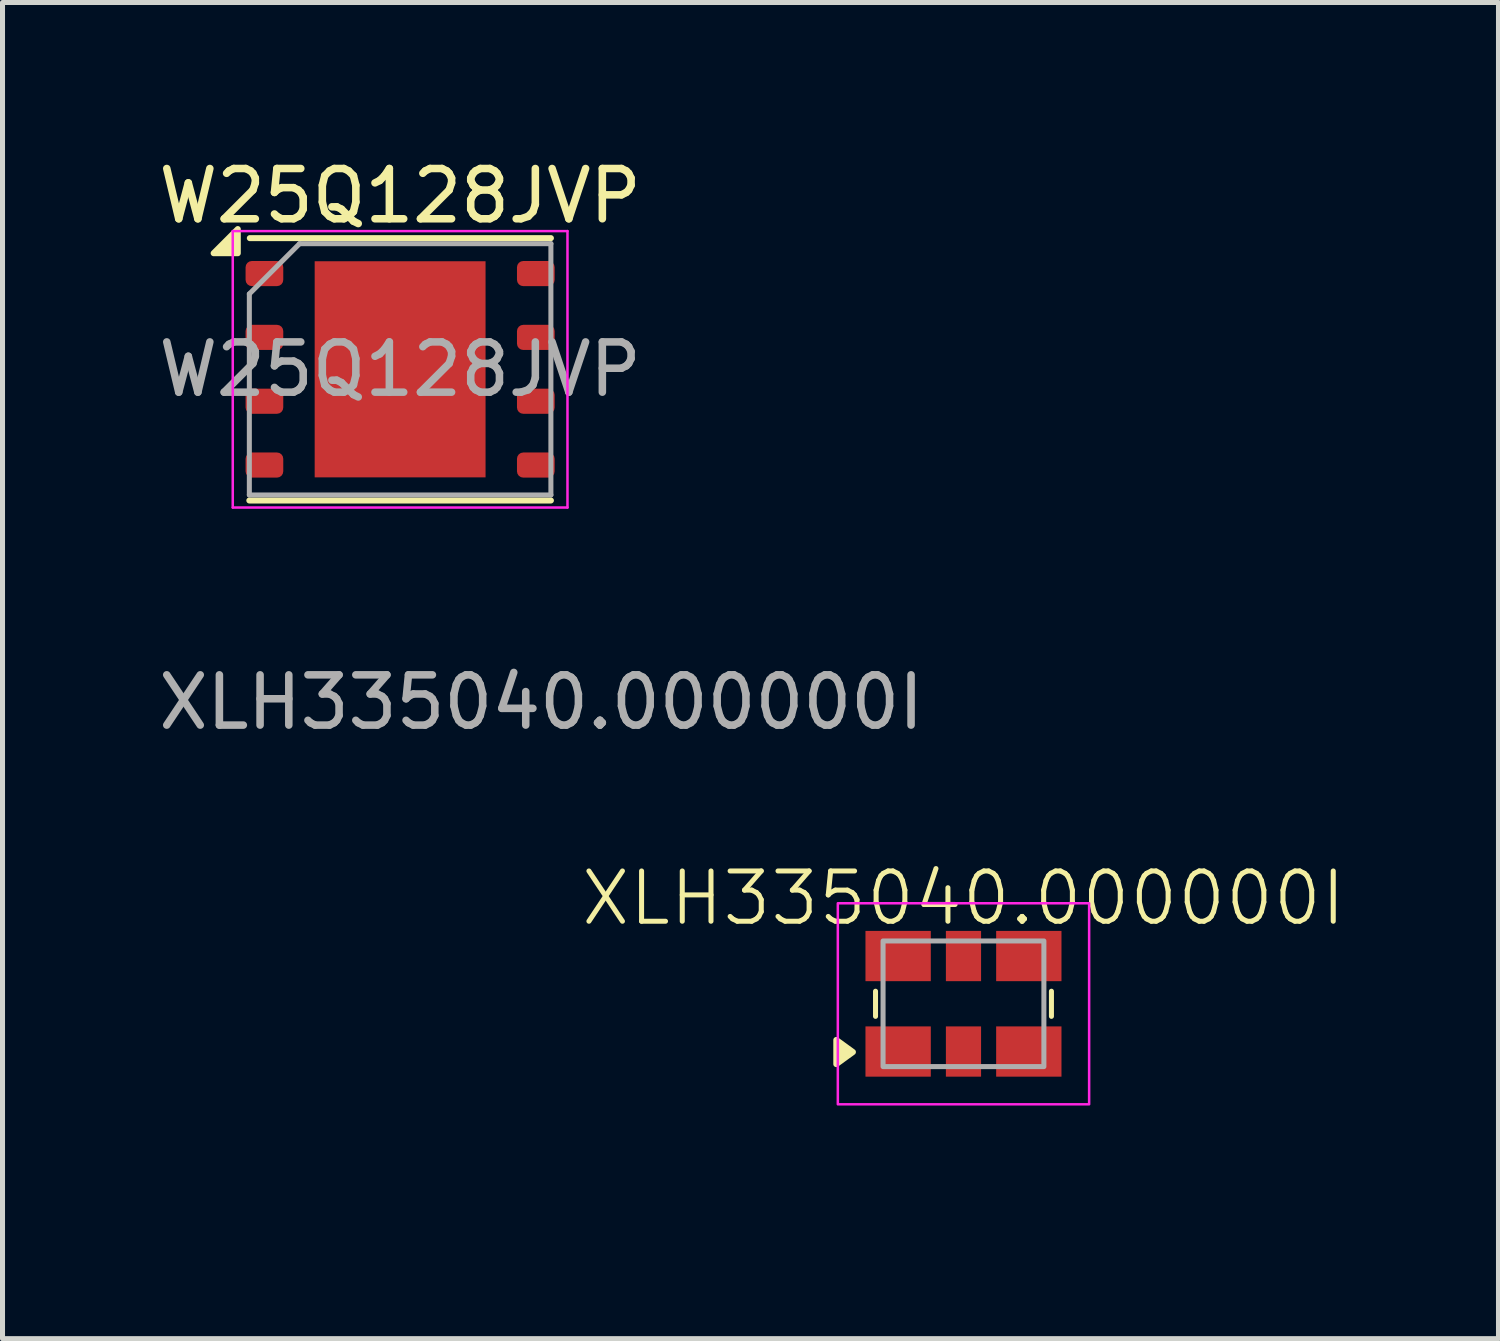
<source format=kicad_pcb>
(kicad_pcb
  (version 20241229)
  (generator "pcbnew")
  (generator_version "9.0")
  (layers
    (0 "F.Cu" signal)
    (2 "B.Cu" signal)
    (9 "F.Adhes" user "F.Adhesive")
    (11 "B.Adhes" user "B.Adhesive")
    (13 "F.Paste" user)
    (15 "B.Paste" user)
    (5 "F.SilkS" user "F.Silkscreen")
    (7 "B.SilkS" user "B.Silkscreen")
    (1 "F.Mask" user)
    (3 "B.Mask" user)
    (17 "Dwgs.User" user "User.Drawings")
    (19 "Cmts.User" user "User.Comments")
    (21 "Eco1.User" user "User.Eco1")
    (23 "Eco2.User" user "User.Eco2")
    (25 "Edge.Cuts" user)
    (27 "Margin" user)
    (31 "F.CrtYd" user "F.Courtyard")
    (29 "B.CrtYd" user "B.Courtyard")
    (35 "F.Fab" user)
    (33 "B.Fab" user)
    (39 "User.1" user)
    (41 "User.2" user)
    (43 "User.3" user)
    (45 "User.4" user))
  (footprint "W25Q128JVP"
    (layer "F.Cu")
    (at 4.911 4.298)
    (property "Reference" "W25Q128JVP" (at 0 -3.45 0) (layer "F.SilkS") (effects (font (size 1 1) (thickness 0.15))))
    (attr smd)
    (fp_line (start -3 2.61) (end 3 2.61) (stroke (width 0.12) (type solid)) (layer "F.SilkS"))
    (fp_line (start -2.99 -2.61) (end 3 -2.61) (stroke (width 0.12) (type solid)) (layer "F.SilkS"))
    (fp_poly (pts (xy -3.23 -2.31) (xy -3.71 -2.31) (xy -3.23 -2.79) (xy -3.23 -2.31)) (stroke (width 0.12) (type solid)) (fill yes) (layer "F.SilkS"))
    (fp_line (start -3.33 -2.75) (end -3.33 2.75) (stroke (width 0.05) (type solid)) (layer "F.CrtYd"))
    (fp_line (start -3.33 2.75) (end 3.33 2.75) (stroke (width 0.05) (type solid)) (layer "F.CrtYd"))
    (fp_line (start 3.33 -2.75) (end -3.33 -2.75) (stroke (width 0.05) (type solid)) (layer "F.CrtYd"))
    (fp_line (start 3.33 2.75) (end 3.33 -2.75) (stroke (width 0.05) (type solid)) (layer "F.CrtYd"))
    (fp_line (start -3 -1.5) (end -2 -2.5) (stroke (width 0.1) (type solid)) (layer "F.Fab"))
    (fp_line (start -3 2.5) (end -3 -1.5) (stroke (width 0.1) (type solid)) (layer "F.Fab"))
    (fp_line (start -2 -2.5) (end 3 -2.5) (stroke (width 0.1) (type solid)) (layer "F.Fab"))
    (fp_line (start 3 -2.5) (end 3 2.5) (stroke (width 0.1) (type solid)) (layer "F.Fab"))
    (fp_line (start 3 2.5) (end -3 2.5) (stroke (width 0.1) (type solid)) (layer "F.Fab"))
    (fp_text user "${REFERENCE}" (at 0 0 0) (layer "F.Fab") (effects (font (size 1 1) (thickness 0.15))))
    (pad "" smd roundrect (at -0.85 -1.075) (size 1.37 1.73) (layers "F.Paste") (roundrect_rratio 0.182))
    (pad "" smd roundrect (at -0.85 1.075) (size 1.37 1.73) (layers "F.Paste") (roundrect_rratio 0.182))
    (pad "" smd roundrect (at 0.85 -1.075) (size 1.37 1.73) (layers "F.Paste") (roundrect_rratio 0.182))
    (pad "" smd roundrect (at 0.85 1.075) (size 1.37 1.73) (layers "F.Paste") (roundrect_rratio 0.182))
    (pad "1" smd roundrect (at -2.7 -1.905) (size 0.75 0.5) (layers "F.Cu" "F.Mask" "F.Paste") (roundrect_rratio 0.25))
    (pad "2" smd roundrect (at -2.7 -0.635) (size 0.75 0.5) (layers "F.Cu" "F.Mask" "F.Paste") (roundrect_rratio 0.25))
    (pad "3" smd roundrect (at -2.7 0.635) (size 0.75 0.5) (layers "F.Cu" "F.Mask" "F.Paste") (roundrect_rratio 0.25))
    (pad "4" smd roundrect (at -2.7 1.905) (size 0.75 0.5) (layers "F.Cu" "F.Mask" "F.Paste") (roundrect_rratio 0.25))
    (pad "5" smd roundrect (at 2.7 1.905) (size 0.75 0.5) (layers "F.Cu" "F.Mask" "F.Paste") (roundrect_rratio 0.25))
    (pad "6" smd roundrect (at 2.7 0.635) (size 0.75 0.5) (layers "F.Cu" "F.Mask" "F.Paste") (roundrect_rratio 0.25))
    (pad "7" smd roundrect (at 2.7 -0.635) (size 0.75 0.5) (layers "F.Cu" "F.Mask" "F.Paste") (roundrect_rratio 0.25))
    (pad "8" smd roundrect (at 2.7 -1.905) (size 0.75 0.5) (layers "F.Cu" "F.Mask" "F.Paste") (roundrect_rratio 0.25))
    (pad "9" smd rect (at 0 0) (size 3.4 4.3) (property pad_prop_heatsink) (layers "F.Cu" "F.Mask")))
  (footprint "XLH335040.000000I"
    (layer "F.Cu")
    (at 16.12 16.922)
    (property "Reference" "XLH335040.000000I" (at 0 -2.1 0) (unlocked yes) (layer "F.SilkS") (effects (font (size 1 1) (thickness 0.1))))
    (attr smd)
    (fp_line (start -1.75 -0.25) (end -1.75 0.25) (stroke (width 0.1) (type default)) (layer "F.SilkS"))
    (fp_line (start 1.75 0.25) (end 1.75 -0.25) (stroke (width 0.1) (type default)) (layer "F.SilkS"))
    (fp_poly (pts (xy -2.2 0.96) (xy -2.53 1.2) (xy -2.53 0.72) (xy -2.2 0.96)) (stroke (width 0.12) (type solid)) (fill yes) (layer "F.SilkS"))
    (fp_rect (start -2.5 -2) (end 2.5 2) (stroke (width 0.05) (type default)) (fill no) (layer "F.CrtYd"))
    (fp_rect (start -1.6 -1.25) (end 1.6 1.25) (stroke (width 0.1) (type default)) (fill no) (layer "F.Fab"))
    (fp_text user "${REFERENCE}" (at -8.4 -6 0) (unlocked yes) (layer "F.Fab") (effects (font (size 1 1) (thickness 0.15))))
    (dimension (type orthogonal) (layer "User.2") (pts (xy 15.77 18.372) (xy 16.47 18.372)) (height 0.95) (orientation 0) (format (prefix "") (suffix "") (units 3) (units_format 0) (precision 4) (suppress_zeroes yes)) (style (thickness 0.05) (arrow_length 0.2) (text_position_mode 2) (arrow_direction outward) (extension_height 0.586) (extension_offset 0.5) (keep_text_aligned yes)) (gr_text "0.7" (at 16.12 20.322 0) (layer "User.2") (effects (font (size 0.3 0.3) (thickness 0.05) (bold yes)))))
    (dimension (type orthogonal) (layer "User.2") (pts (xy 18.07 16.471) (xy 18.07 17.372)) (height 1.45) (orientation 1) (format (prefix "") (suffix "") (units 3) (units_format 0) (precision 4) (suppress_zeroes yes)) (style (thickness 0.05) (arrow_length 0.2) (text_position_mode 2) (arrow_direction outward) (extension_height 0.586) (extension_offset 0.5) (keep_text_aligned yes)) (gr_text "0.9" (at 20.52 16.922 90) (layer "User.2") (effects (font (size 0.3 0.3) (thickness 0.05) (bold yes)))))
    (dimension (type orthogonal) (layer "User.2") (pts (xy 16.77 15.472) (xy 16.47 15.472)) (height -1.15) (orientation 0) (format (prefix "") (suffix "") (units 3) (units_format 0) (precision 4) (suppress_zeroes yes)) (style (thickness 0.05) (arrow_length 0.1) (text_position_mode 2) (arrow_direction outward) (extension_height 0.586) (extension_offset 0.5) (keep_text_aligned yes)) (gr_text "0.3" (at 16.62 13.322 0) (layer "User.2") (effects (font (size 0.3 0.3) (thickness 0.05) (bold yes)))))
    (dimension (type orthogonal) (layer "User.2") (pts (xy 14.17 15.472) (xy 14.17 16.471)) (height -1.55) (orientation 1) (format (prefix "") (suffix "") (units 3) (units_format 0) (precision 4) (suppress_zeroes yes)) (style (thickness 0.05) (arrow_length 0.2) (text_position_mode 0) (arrow_direction outward) (extension_height 0.586) (extension_offset 0.5) (keep_text_aligned yes)) (gr_text "1" (at 12.27 15.972 90) (layer "User.2") (effects (font (size 0.3 0.3) (thickness 0.05) (bold yes)))))
    (dimension (type orthogonal) (layer "User.2") (pts (xy 14.17 15.472) (xy 15.47 15.472)) (height -1.5) (orientation 0) (format (prefix "") (suffix "") (units 3) (units_format 0) (precision 4) (suppress_zeroes yes)) (style (thickness 0.05) (arrow_length 0.2) (text_position_mode 0) (arrow_direction outward) (extension_height 0.586) (extension_offset 0.5) (keep_text_aligned yes)) (gr_text "1.3" (at 14.82 13.621 0) (layer "User.2") (effects (font (size 0.3 0.3) (thickness 0.05) (bold yes)))))
    (pad "1" smd rect (at -1.3 0.95) (size 1.3 1) (layers "F.Cu" "F.Mask" "F.Paste"))
    (pad "2" smd rect (at 0 0.95 180) (size 0.7 1) (layers "F.Cu" "F.Mask" "F.Paste"))
    (pad "3" smd rect (at 1.3 0.95) (size 1.3 1) (layers "F.Cu" "F.Mask" "F.Paste"))
    (pad "4" smd rect (at 1.3 -0.95) (size 1.3 1) (layers "F.Cu" "F.Mask" "F.Paste"))
    (pad "5" smd rect (at 0 -0.95 180) (size 0.7 1) (layers "F.Cu" "F.Mask" "F.Paste"))
    (pad "6" smd rect (at -1.3 -0.95) (size 1.3 1) (layers "F.Cu" "F.Mask" "F.Paste")))
  (gr_rect
    (start -3 -3)
    (end 26.765 23.585)
    (stroke (width 0.1) (type default))
    (fill no)
    (layer "Edge.Cuts")))
</source>
